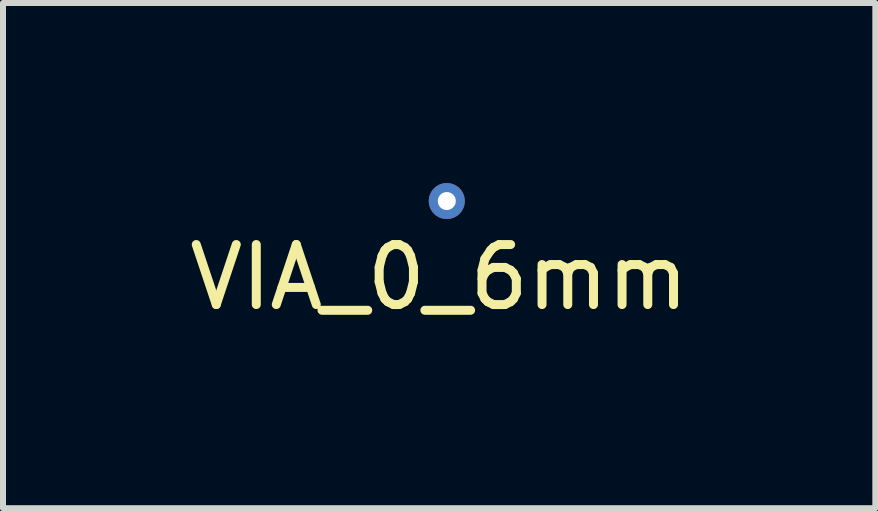
<source format=kicad_pcb>
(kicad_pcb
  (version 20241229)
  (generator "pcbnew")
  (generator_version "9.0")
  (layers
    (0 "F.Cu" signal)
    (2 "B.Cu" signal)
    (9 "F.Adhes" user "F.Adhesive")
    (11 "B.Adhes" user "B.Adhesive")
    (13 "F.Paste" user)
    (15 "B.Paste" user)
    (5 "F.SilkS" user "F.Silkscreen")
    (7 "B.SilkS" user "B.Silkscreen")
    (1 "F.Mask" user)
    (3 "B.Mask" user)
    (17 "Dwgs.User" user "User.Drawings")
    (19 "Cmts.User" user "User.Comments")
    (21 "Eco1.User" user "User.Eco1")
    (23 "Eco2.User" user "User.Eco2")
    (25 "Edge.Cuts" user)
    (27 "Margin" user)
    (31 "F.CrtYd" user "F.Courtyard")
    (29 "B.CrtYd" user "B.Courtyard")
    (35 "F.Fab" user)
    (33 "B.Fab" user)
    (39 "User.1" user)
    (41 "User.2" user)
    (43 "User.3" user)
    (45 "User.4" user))
  (footprint "VIA_0_6mm"
    (layer "F.Cu")
    (at 4.395 0.3)
    (property "Reference" "VIA_0_6mm" (at -0.127 1.27 0) (layer "F.SilkS") (effects (font (size 1 1) (thickness 0.15))))
    (attr through_hole)
    (pad "1" thru_hole circle (at 0 0) (size 0.6 0.6) (drill 0.3) (layers "*.Cu")))
  (gr_rect
    (start -3 -3)
    (end 11.536 5.418)
    (stroke (width 0.1) (type default))
    (fill no)
    (layer "Edge.Cuts")))
</source>
